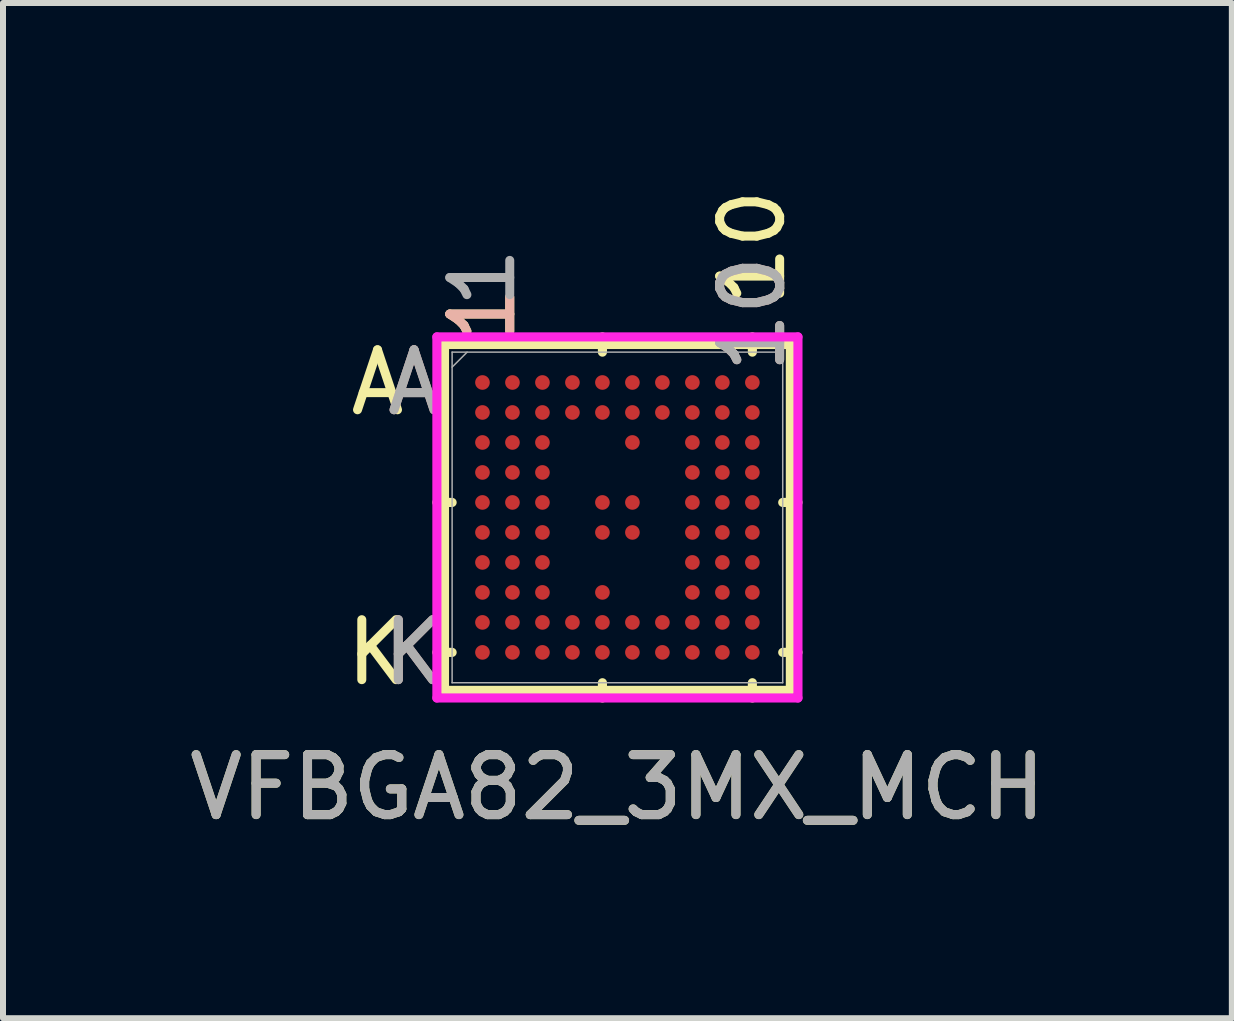
<source format=kicad_pcb>
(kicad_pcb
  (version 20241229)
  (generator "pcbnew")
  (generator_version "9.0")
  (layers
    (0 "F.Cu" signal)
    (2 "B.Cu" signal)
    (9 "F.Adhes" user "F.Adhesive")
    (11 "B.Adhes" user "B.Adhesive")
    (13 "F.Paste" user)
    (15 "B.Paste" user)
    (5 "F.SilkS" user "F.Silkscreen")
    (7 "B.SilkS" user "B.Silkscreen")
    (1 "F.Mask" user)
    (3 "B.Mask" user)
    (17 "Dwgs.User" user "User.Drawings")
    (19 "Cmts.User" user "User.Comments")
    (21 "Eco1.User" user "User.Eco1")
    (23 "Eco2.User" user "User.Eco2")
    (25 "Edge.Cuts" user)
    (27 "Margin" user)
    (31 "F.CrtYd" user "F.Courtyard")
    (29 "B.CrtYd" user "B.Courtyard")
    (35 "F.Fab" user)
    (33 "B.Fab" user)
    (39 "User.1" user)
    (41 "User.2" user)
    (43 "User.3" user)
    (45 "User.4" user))
  (footprint "VFBGA82_3MX_MCH"
    (layer "F.Cu")
    (at 7.244 5.577)
    (property "Reference" "VFBGA82_3MX_MCH" (at 0 4.5 0) (unlocked yes) (layer "F.SilkS") (effects (font (size 1 1) (thickness 0.15))))
    (attr smd)
    (fp_line (start -2.883 -2.883) (end -2.883 2.883) (stroke (width 0.152) (type solid)) (layer "F.SilkS"))
    (fp_line (start -2.883 2.883) (end 2.883 2.883) (stroke (width 0.152) (type solid)) (layer "F.SilkS"))
    (fp_line (start -2.756 -0.25) (end -3.01 -0.25) (stroke (width 0.152) (type solid)) (layer "F.SilkS"))
    (fp_line (start -2.756 2.25) (end -3.01 2.25) (stroke (width 0.152) (type solid)) (layer "F.SilkS"))
    (fp_line (start -0.25 -2.756) (end -0.25 -3.01) (stroke (width 0.152) (type solid)) (layer "F.SilkS"))
    (fp_line (start -0.25 2.756) (end -0.25 3.01) (stroke (width 0.152) (type solid)) (layer "F.SilkS"))
    (fp_line (start 2.25 -2.756) (end 2.25 -3.01) (stroke (width 0.152) (type solid)) (layer "F.SilkS"))
    (fp_line (start 2.25 2.756) (end 2.25 3.01) (stroke (width 0.152) (type solid)) (layer "F.SilkS"))
    (fp_line (start 2.756 -0.25) (end 3.01 -0.25) (stroke (width 0.152) (type solid)) (layer "F.SilkS"))
    (fp_line (start 2.756 2.25) (end 3.01 2.25) (stroke (width 0.152) (type solid)) (layer "F.SilkS"))
    (fp_line (start 2.883 -2.883) (end -2.883 -2.883) (stroke (width 0.152) (type solid)) (layer "F.SilkS"))
    (fp_line (start 2.883 2.883) (end 2.883 -2.883) (stroke (width 0.152) (type solid)) (layer "F.SilkS"))
    (fp_line (start -3.01 -3.01) (end 3.01 -3.01) (stroke (width 0.152) (type solid)) (layer "F.CrtYd"))
    (fp_line (start -3.01 3.01) (end -3.01 -3.01) (stroke (width 0.152) (type solid)) (layer "F.CrtYd"))
    (fp_line (start 3.01 -3.01) (end 3.01 3.01) (stroke (width 0.152) (type solid)) (layer "F.CrtYd"))
    (fp_line (start 3.01 3.01) (end -3.01 3.01) (stroke (width 0.152) (type solid)) (layer "F.CrtYd"))
    (fp_line (start -2.756 -2.756) (end -2.756 2.756) (stroke (width 0.025) (type solid)) (layer "F.Fab"))
    (fp_line (start -2.756 2.756) (end 2.756 2.756) (stroke (width 0.025) (type solid)) (layer "F.Fab"))
    (fp_line (start -2.506 -2.756) (end -2.756 -2.506) (stroke (width 0.025) (type solid)) (layer "F.Fab"))
    (fp_line (start 2.756 -2.756) (end -2.756 -2.756) (stroke (width 0.025) (type solid)) (layer "F.Fab"))
    (fp_line (start 2.756 2.756) (end 2.756 -2.756) (stroke (width 0.025) (type solid)) (layer "F.Fab"))
    (fp_text user "10" (at 2.25 -4.5 90) (unlocked yes) (layer "F.SilkS") (effects (font (size 1 1) (thickness 0.15))))
    (fp_text user "K" (at -4 2.25 0) (unlocked yes) (layer "F.SilkS") (effects (font (size 1 1) (thickness 0.15))))
    (fp_text user "A" (at -4 -2.25 0) (unlocked yes) (layer "F.SilkS") (effects (font (size 1 1) (thickness 0.15))))
    (fp_text user "1" (at -2.25 -3.391 90) (unlocked yes) (layer "F.SilkS") (effects (font (size 1 1) (thickness 0.15))))
    (fp_text user "1" (at -2.25 -3.391 90) (unlocked yes) (layer "B.SilkS") (effects (font (size 1 1) (thickness 0.15))))
    (fp_text user "A" (at -3.391 -2.25 0) (unlocked yes) (layer "B.SilkS") (effects (font (size 1 1) (thickness 0.15))))
    (fp_text user "K" (at -3.391 2.25 0) (unlocked yes) (layer "B.SilkS") (effects (font (size 1 1) (thickness 0.15))))
    (fp_text user "10" (at 2.25 -3.391 90) (unlocked yes) (layer "B.SilkS") (effects (font (size 1 1) (thickness 0.15))))
    (fp_text user "${REFERENCE}" (at 0 4.5 0) (unlocked yes) (layer "F.Fab") (effects (font (size 1 1) (thickness 0.15))))
    (fp_text user "K" (at -3.391 2.25 0) (unlocked yes) (layer "F.Fab") (effects (font (size 1 1) (thickness 0.15))))
    (fp_text user "1" (at -2.25 -4 90) (unlocked yes) (layer "F.Fab") (effects (font (size 1 1) (thickness 0.15))))
    (fp_text user "10" (at 2.25 -3.391 90) (unlocked yes) (layer "F.Fab") (effects (font (size 1 1) (thickness 0.15))))
    (fp_text user "A" (at -3.391 -2.25 0) (unlocked yes) (layer "F.Fab") (effects (font (size 1 1) (thickness 0.15))))
    (pad "A1" smd circle (at -2.25 -2.25) (size 0.244 0.244) (layers "F.Cu" "F.Mask" "F.Paste"))
    (pad "A2" smd circle (at -1.75 -2.25) (size 0.244 0.244) (layers "F.Cu" "F.Mask" "F.Paste"))
    (pad "A3" smd circle (at -1.25 -2.25) (size 0.244 0.244) (layers "F.Cu" "F.Mask" "F.Paste"))
    (pad "A4" smd circle (at -0.75 -2.25) (size 0.244 0.244) (layers "F.Cu" "F.Mask" "F.Paste"))
    (pad "A5" smd circle (at -0.25 -2.25) (size 0.244 0.244) (layers "F.Cu" "F.Mask" "F.Paste"))
    (pad "A6" smd circle (at 0.25 -2.25) (size 0.244 0.244) (layers "F.Cu" "F.Mask" "F.Paste"))
    (pad "A7" smd circle (at 0.75 -2.25) (size 0.244 0.244) (layers "F.Cu" "F.Mask" "F.Paste"))
    (pad "A8" smd circle (at 1.25 -2.25) (size 0.244 0.244) (layers "F.Cu" "F.Mask" "F.Paste"))
    (pad "A9" smd circle (at 1.75 -2.25) (size 0.244 0.244) (layers "F.Cu" "F.Mask" "F.Paste"))
    (pad "A10" smd circle (at 2.25 -2.25) (size 0.244 0.244) (layers "F.Cu" "F.Mask" "F.Paste"))
    (pad "B1" smd circle (at -2.25 -1.75) (size 0.244 0.244) (layers "F.Cu" "F.Mask" "F.Paste"))
    (pad "B2" smd circle (at -1.75 -1.75) (size 0.244 0.244) (layers "F.Cu" "F.Mask" "F.Paste"))
    (pad "B3" smd circle (at -1.25 -1.75) (size 0.244 0.244) (layers "F.Cu" "F.Mask" "F.Paste"))
    (pad "B4" smd circle (at -0.75 -1.75) (size 0.244 0.244) (layers "F.Cu" "F.Mask" "F.Paste"))
    (pad "B5" smd circle (at -0.25 -1.75) (size 0.244 0.244) (layers "F.Cu" "F.Mask" "F.Paste"))
    (pad "B6" smd circle (at 0.25 -1.75) (size 0.244 0.244) (layers "F.Cu" "F.Mask" "F.Paste"))
    (pad "B7" smd circle (at 0.75 -1.75) (size 0.244 0.244) (layers "F.Cu" "F.Mask" "F.Paste"))
    (pad "B8" smd circle (at 1.25 -1.75) (size 0.244 0.244) (layers "F.Cu" "F.Mask" "F.Paste"))
    (pad "B9" smd circle (at 1.75 -1.75) (size 0.244 0.244) (layers "F.Cu" "F.Mask" "F.Paste"))
    (pad "B10" smd circle (at 2.25 -1.75) (size 0.244 0.244) (layers "F.Cu" "F.Mask" "F.Paste"))
    (pad "C1" smd circle (at -2.25 -1.25) (size 0.244 0.244) (layers "F.Cu" "F.Mask" "F.Paste"))
    (pad "C2" smd circle (at -1.75 -1.25) (size 0.244 0.244) (layers "F.Cu" "F.Mask" "F.Paste"))
    (pad "C3" smd circle (at -1.25 -1.25) (size 0.244 0.244) (layers "F.Cu" "F.Mask" "F.Paste"))
    (pad "C6" smd circle (at 0.25 -1.25) (size 0.244 0.244) (layers "F.Cu" "F.Mask" "F.Paste"))
    (pad "C8" smd circle (at 1.25 -1.25) (size 0.244 0.244) (layers "F.Cu" "F.Mask" "F.Paste"))
    (pad "C9" smd circle (at 1.75 -1.25) (size 0.244 0.244) (layers "F.Cu" "F.Mask" "F.Paste"))
    (pad "C10" smd circle (at 2.25 -1.25) (size 0.244 0.244) (layers "F.Cu" "F.Mask" "F.Paste"))
    (pad "D1" smd circle (at -2.25 -0.75) (size 0.244 0.244) (layers "F.Cu" "F.Mask" "F.Paste"))
    (pad "D2" smd circle (at -1.75 -0.75) (size 0.244 0.244) (layers "F.Cu" "F.Mask" "F.Paste"))
    (pad "D3" smd circle (at -1.25 -0.75) (size 0.244 0.244) (layers "F.Cu" "F.Mask" "F.Paste"))
    (pad "D8" smd circle (at 1.25 -0.75) (size 0.244 0.244) (layers "F.Cu" "F.Mask" "F.Paste"))
    (pad "D9" smd circle (at 1.75 -0.75) (size 0.244 0.244) (layers "F.Cu" "F.Mask" "F.Paste"))
    (pad "D10" smd circle (at 2.25 -0.75) (size 0.244 0.244) (layers "F.Cu" "F.Mask" "F.Paste"))
    (pad "E1" smd circle (at -2.25 -0.25) (size 0.244 0.244) (layers "F.Cu" "F.Mask" "F.Paste"))
    (pad "E2" smd circle (at -1.75 -0.25) (size 0.244 0.244) (layers "F.Cu" "F.Mask" "F.Paste"))
    (pad "E3" smd circle (at -1.25 -0.25) (size 0.244 0.244) (layers "F.Cu" "F.Mask" "F.Paste"))
    (pad "E5" smd circle (at -0.25 -0.25) (size 0.244 0.244) (layers "F.Cu" "F.Mask" "F.Paste"))
    (pad "E6" smd circle (at 0.25 -0.25) (size 0.244 0.244) (layers "F.Cu" "F.Mask" "F.Paste"))
    (pad "E8" smd circle (at 1.25 -0.25) (size 0.244 0.244) (layers "F.Cu" "F.Mask" "F.Paste"))
    (pad "E9" smd circle (at 1.75 -0.25) (size 0.244 0.244) (layers "F.Cu" "F.Mask" "F.Paste"))
    (pad "E10" smd circle (at 2.25 -0.25) (size 0.244 0.244) (layers "F.Cu" "F.Mask" "F.Paste"))
    (pad "F1" smd circle (at -2.25 0.25) (size 0.244 0.244) (layers "F.Cu" "F.Mask" "F.Paste"))
    (pad "F2" smd circle (at -1.75 0.25) (size 0.244 0.244) (layers "F.Cu" "F.Mask" "F.Paste"))
    (pad "F3" smd circle (at -1.25 0.25) (size 0.244 0.244) (layers "F.Cu" "F.Mask" "F.Paste"))
    (pad "F5" smd circle (at -0.25 0.25) (size 0.244 0.244) (layers "F.Cu" "F.Mask" "F.Paste"))
    (pad "F6" smd circle (at 0.25 0.25) (size 0.244 0.244) (layers "F.Cu" "F.Mask" "F.Paste"))
    (pad "F8" smd circle (at 1.25 0.25) (size 0.244 0.244) (layers "F.Cu" "F.Mask" "F.Paste"))
    (pad "F9" smd circle (at 1.75 0.25) (size 0.244 0.244) (layers "F.Cu" "F.Mask" "F.Paste"))
    (pad "F10" smd circle (at 2.25 0.25) (size 0.244 0.244) (layers "F.Cu" "F.Mask" "F.Paste"))
    (pad "G1" smd circle (at -2.25 0.75) (size 0.244 0.244) (layers "F.Cu" "F.Mask" "F.Paste"))
    (pad "G2" smd circle (at -1.75 0.75) (size 0.244 0.244) (layers "F.Cu" "F.Mask" "F.Paste"))
    (pad "G3" smd circle (at -1.25 0.75) (size 0.244 0.244) (layers "F.Cu" "F.Mask" "F.Paste"))
    (pad "G8" smd circle (at 1.25 0.75) (size 0.244 0.244) (layers "F.Cu" "F.Mask" "F.Paste"))
    (pad "G9" smd circle (at 1.75 0.75) (size 0.244 0.244) (layers "F.Cu" "F.Mask" "F.Paste"))
    (pad "G10" smd circle (at 2.25 0.75) (size 0.244 0.244) (layers "F.Cu" "F.Mask" "F.Paste"))
    (pad "H1" smd circle (at -2.25 1.25) (size 0.244 0.244) (layers "F.Cu" "F.Mask" "F.Paste"))
    (pad "H2" smd circle (at -1.75 1.25) (size 0.244 0.244) (layers "F.Cu" "F.Mask" "F.Paste"))
    (pad "H3" smd circle (at -1.25 1.25) (size 0.244 0.244) (layers "F.Cu" "F.Mask" "F.Paste"))
    (pad "H5" smd circle (at -0.25 1.25) (size 0.244 0.244) (layers "F.Cu" "F.Mask" "F.Paste"))
    (pad "H8" smd circle (at 1.25 1.25) (size 0.244 0.244) (layers "F.Cu" "F.Mask" "F.Paste"))
    (pad "H9" smd circle (at 1.75 1.25) (size 0.244 0.244) (layers "F.Cu" "F.Mask" "F.Paste"))
    (pad "H10" smd circle (at 2.25 1.25) (size 0.244 0.244) (layers "F.Cu" "F.Mask" "F.Paste"))
    (pad "J1" smd circle (at -2.25 1.75) (size 0.244 0.244) (layers "F.Cu" "F.Mask" "F.Paste"))
    (pad "J2" smd circle (at -1.75 1.75) (size 0.244 0.244) (layers "F.Cu" "F.Mask" "F.Paste"))
    (pad "J3" smd circle (at -1.25 1.75) (size 0.244 0.244) (layers "F.Cu" "F.Mask" "F.Paste"))
    (pad "J4" smd circle (at -0.75 1.75) (size 0.244 0.244) (layers "F.Cu" "F.Mask" "F.Paste"))
    (pad "J5" smd circle (at -0.25 1.75) (size 0.244 0.244) (layers "F.Cu" "F.Mask" "F.Paste"))
    (pad "J6" smd circle (at 0.25 1.75) (size 0.244 0.244) (layers "F.Cu" "F.Mask" "F.Paste"))
    (pad "J7" smd circle (at 0.75 1.75) (size 0.244 0.244) (layers "F.Cu" "F.Mask" "F.Paste"))
    (pad "J8" smd circle (at 1.25 1.75) (size 0.244 0.244) (layers "F.Cu" "F.Mask" "F.Paste"))
    (pad "J9" smd circle (at 1.75 1.75) (size 0.244 0.244) (layers "F.Cu" "F.Mask" "F.Paste"))
    (pad "J10" smd circle (at 2.25 1.75) (size 0.244 0.244) (layers "F.Cu" "F.Mask" "F.Paste"))
    (pad "K1" smd circle (at -2.25 2.25) (size 0.244 0.244) (layers "F.Cu" "F.Mask" "F.Paste"))
    (pad "K2" smd circle (at -1.75 2.25) (size 0.244 0.244) (layers "F.Cu" "F.Mask" "F.Paste"))
    (pad "K3" smd circle (at -1.25 2.25) (size 0.244 0.244) (layers "F.Cu" "F.Mask" "F.Paste"))
    (pad "K4" smd circle (at -0.75 2.25) (size 0.244 0.244) (layers "F.Cu" "F.Mask" "F.Paste"))
    (pad "K5" smd circle (at -0.25 2.25) (size 0.244 0.244) (layers "F.Cu" "F.Mask" "F.Paste"))
    (pad "K6" smd circle (at 0.25 2.25) (size 0.244 0.244) (layers "F.Cu" "F.Mask" "F.Paste"))
    (pad "K7" smd circle (at 0.75 2.25) (size 0.244 0.244) (layers "F.Cu" "F.Mask" "F.Paste"))
    (pad "K8" smd circle (at 1.25 2.25) (size 0.244 0.244) (layers "F.Cu" "F.Mask" "F.Paste"))
    (pad "K9" smd circle (at 1.75 2.25) (size 0.244 0.244) (layers "F.Cu" "F.Mask" "F.Paste"))
    (pad "K10" smd circle (at 2.25 2.25) (size 0.244 0.244) (layers "F.Cu" "F.Mask" "F.Paste")))
  (gr_rect
    (start -3 -3)
    (end 17.488 13.926)
    (stroke (width 0.1) (type default))
    (fill no)
    (layer "Edge.Cuts")))
</source>
